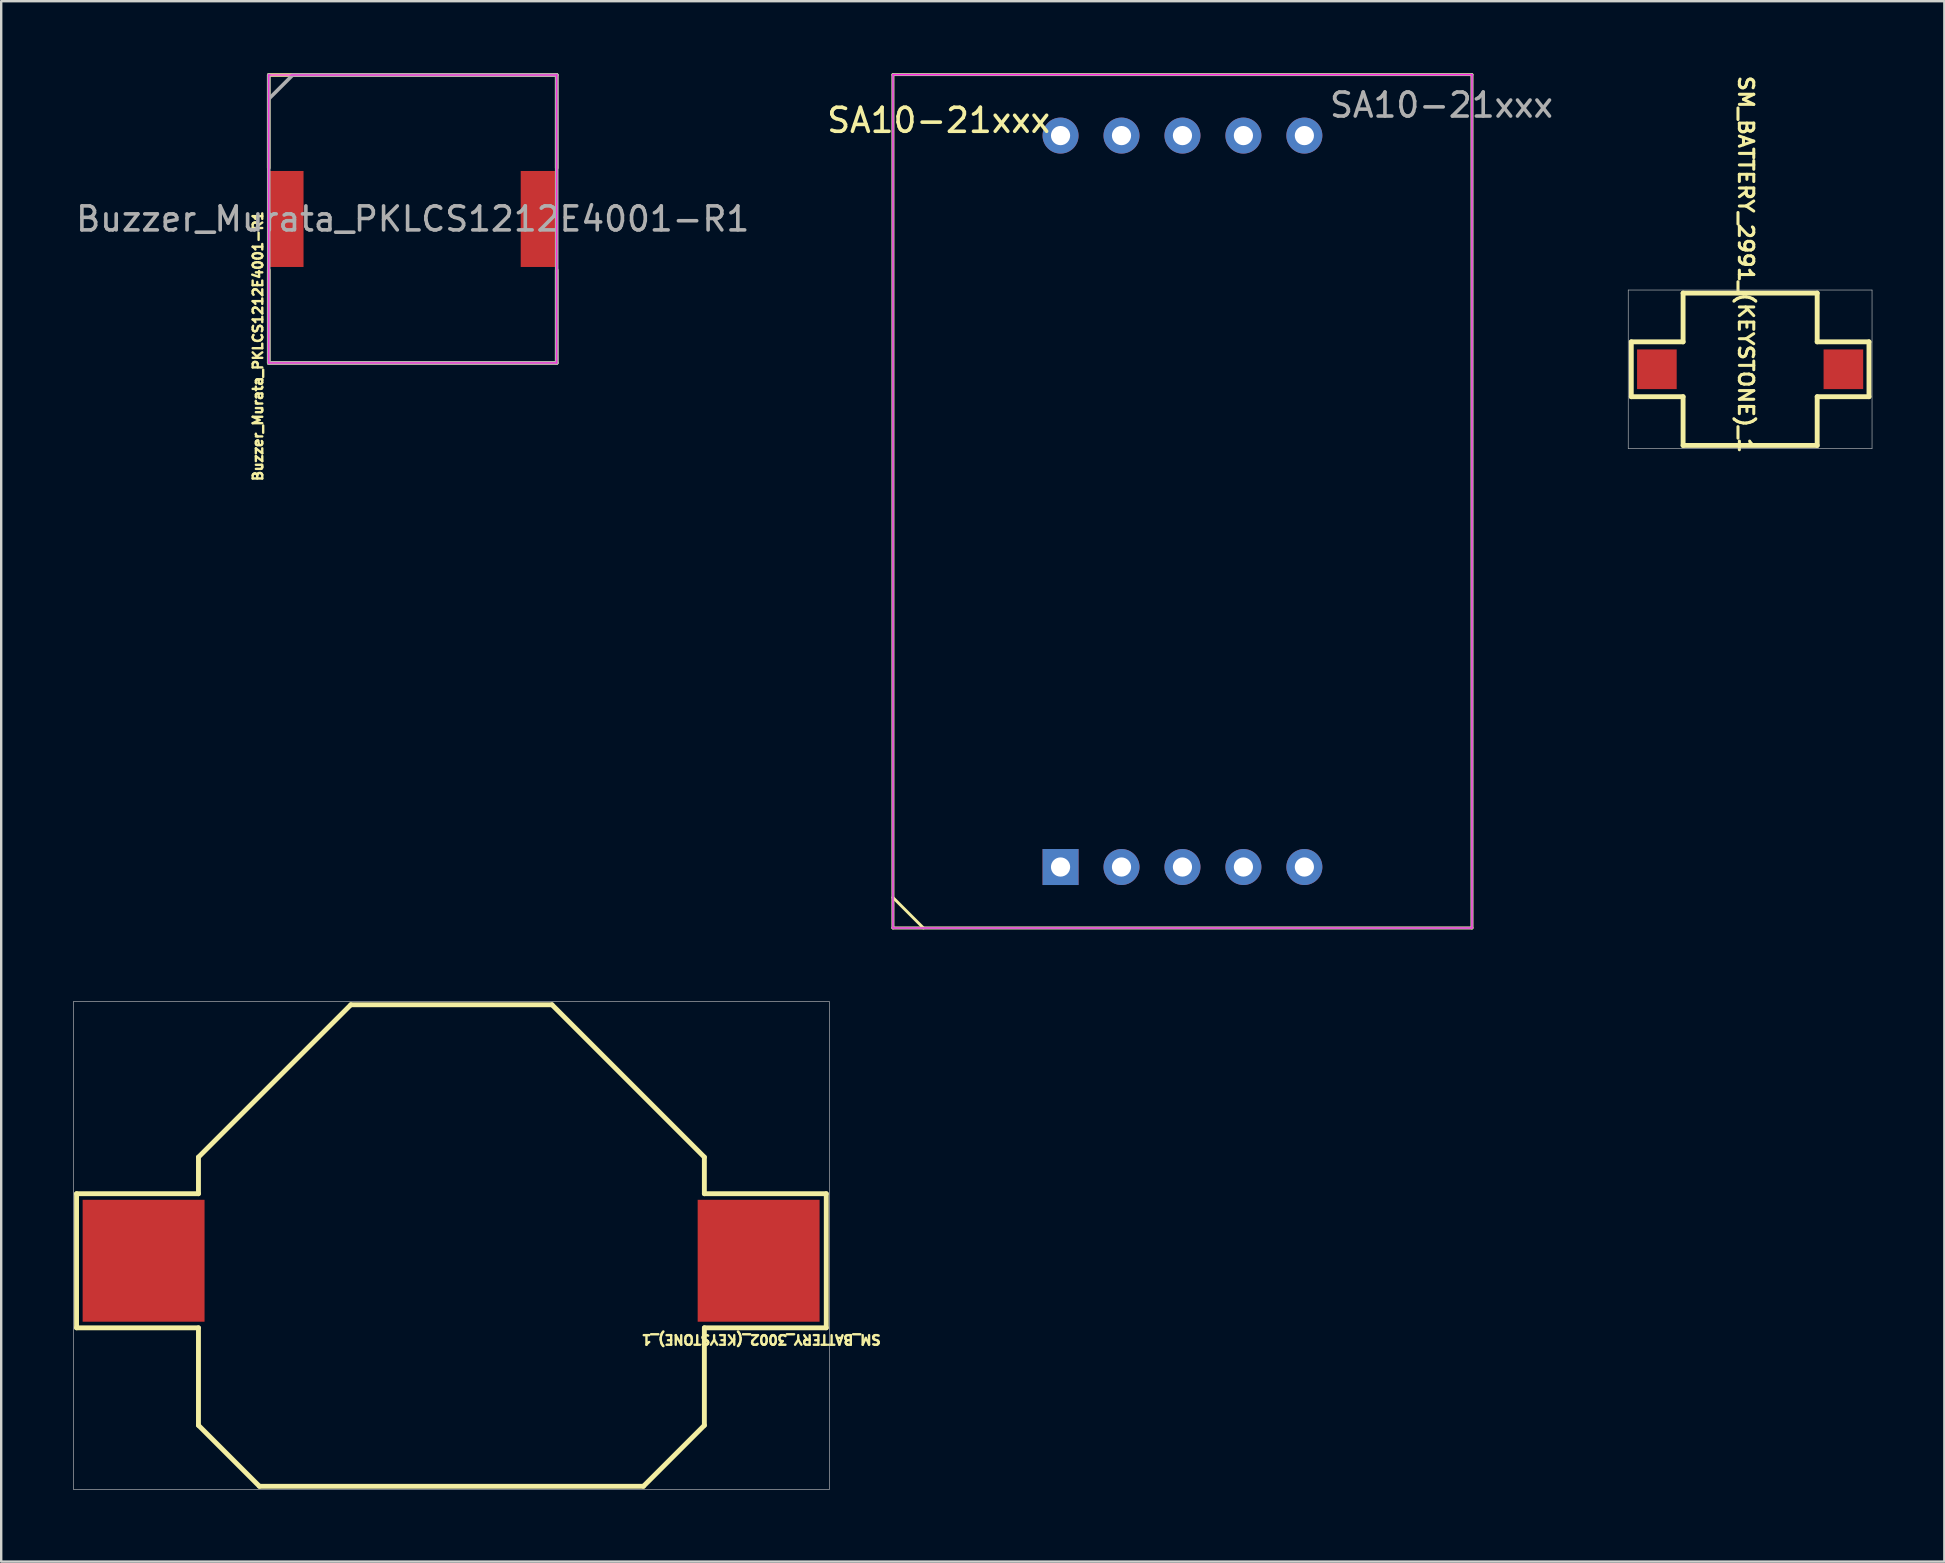
<source format=kicad_pcb>
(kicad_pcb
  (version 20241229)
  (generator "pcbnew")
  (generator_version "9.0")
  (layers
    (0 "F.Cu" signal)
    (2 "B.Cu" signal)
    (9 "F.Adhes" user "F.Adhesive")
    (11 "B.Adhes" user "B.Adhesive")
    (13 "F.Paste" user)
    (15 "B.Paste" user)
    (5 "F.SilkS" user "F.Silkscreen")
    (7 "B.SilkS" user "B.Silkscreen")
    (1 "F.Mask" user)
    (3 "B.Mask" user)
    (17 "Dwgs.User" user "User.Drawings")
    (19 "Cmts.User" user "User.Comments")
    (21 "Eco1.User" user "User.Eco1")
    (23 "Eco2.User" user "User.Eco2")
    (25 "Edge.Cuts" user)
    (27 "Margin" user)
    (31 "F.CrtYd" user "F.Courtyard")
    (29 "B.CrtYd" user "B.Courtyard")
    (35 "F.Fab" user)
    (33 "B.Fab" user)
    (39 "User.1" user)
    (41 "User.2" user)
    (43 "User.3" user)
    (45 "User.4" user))
  (footprint "Buzzer_Murata_PKLCS1212E4001-R1"
    (layer "F.Cu")
    (at 14.149 6.075)
    (property "Reference" "Buzzer_Murata_PKLCS1212E4001-R1" (at -6.45 5.3 90) (unlocked yes) (layer "F.SilkS") (effects (font (size 0.4 0.4) (thickness 0.1))))
    (attr smd)
    (fp_line (start -6 -6) (end 6 -6) (stroke (width 0.15) (type solid)) (layer "F.SilkS"))
    (fp_line (start -6 -2.125) (end -6 -6) (stroke (width 0.15) (type solid)) (layer "F.SilkS"))
    (fp_line (start -6 6) (end -6 2.125) (stroke (width 0.15) (type solid)) (layer "F.SilkS"))
    (fp_line (start 6 -6) (end 6 -2.125) (stroke (width 0.15) (type solid)) (layer "F.SilkS"))
    (fp_line (start 6 2.125) (end 6 6) (stroke (width 0.15) (type solid)) (layer "F.SilkS"))
    (fp_line (start 6 6) (end -6 6) (stroke (width 0.15) (type solid)) (layer "F.SilkS"))
    (fp_line (start -6 -6) (end 6 -6) (stroke (width 0.05) (type solid)) (layer "F.CrtYd"))
    (fp_line (start -6 6) (end -6 -6) (stroke (width 0.05) (type solid)) (layer "F.CrtYd"))
    (fp_line (start 6 6) (end -6 6) (stroke (width 0.05) (type solid)) (layer "F.CrtYd"))
    (fp_line (start 6 6) (end 6 -6) (stroke (width 0.05) (type solid)) (layer "F.CrtYd"))
    (fp_line (start -6 -5) (end -5 -6) (stroke (width 0.15) (type solid)) (layer "F.Fab"))
    (fp_line (start -6 6) (end -6 -6) (stroke (width 0.15) (type solid)) (layer "F.Fab"))
    (fp_line (start -5 -6) (end 6 -6) (stroke (width 0.15) (type solid)) (layer "F.Fab"))
    (fp_line (start 6 -6) (end 6 6) (stroke (width 0.15) (type solid)) (layer "F.Fab"))
    (fp_line (start 6 6) (end -6 6) (stroke (width 0.15) (type solid)) (layer "F.Fab"))
    (fp_text user "${REFERENCE}" (at 0 0 0) (unlocked yes) (layer "F.Fab") (effects (font (size 1 1) (thickness 0.15))))
    (pad "1" smd rect (at -5.3 0) (size 1.5 4) (layers "F.Cu" "F.Mask" "F.Paste"))
    (pad "2" smd rect (at 5.25 0) (size 1.5 4) (layers "F.Cu" "F.Mask" "F.Paste")))
  (footprint "SA10-21xxx"
    (layer "F.Cu")
    (at 41.145 33.08)
    (property "Reference" "SA10-21xxx" (at -5.08 -31.115 180) (layer "F.SilkS") (effects (font (size 1 1) (thickness 0.15))))
    (attr through_hole)
    (fp_line (start -6.985 -33.02) (end 17.145 -33.02) (stroke (width 0.12) (type solid)) (layer "F.SilkS"))
    (fp_line (start -6.985 1.27) (end -5.715 2.54) (stroke (width 0.12) (type solid)) (layer "F.SilkS"))
    (fp_line (start -6.985 2.54) (end -6.985 -33.02) (stroke (width 0.12) (type solid)) (layer "F.SilkS"))
    (fp_line (start 17.145 -33.02) (end 17.145 2.54) (stroke (width 0.12) (type solid)) (layer "F.SilkS"))
    (fp_line (start 17.145 2.54) (end -6.985 2.54) (stroke (width 0.12) (type solid)) (layer "F.SilkS"))
    (fp_line (start -6.985 -33.02) (end 17.145 -33.02) (stroke (width 0.05) (type solid)) (layer "F.CrtYd"))
    (fp_line (start -6.985 2.54) (end -6.985 -33.02) (stroke (width 0.05) (type solid)) (layer "F.CrtYd"))
    (fp_line (start 17.145 -33.02) (end 17.145 2.54) (stroke (width 0.05) (type solid)) (layer "F.CrtYd"))
    (fp_line (start 17.145 2.54) (end -6.985 2.54) (stroke (width 0.05) (type solid)) (layer "F.CrtYd"))
    (fp_line (start -6.985 -33.02) (end -6.985 2.54) (stroke (width 0.1) (type solid)) (layer "F.Fab"))
    (fp_line (start 17.145 -33.02) (end -6.985 -33.02) (stroke (width 0.1) (type solid)) (layer "F.Fab"))
    (fp_line (start 17.145 2.54) (end -6.985 2.54) (stroke (width 0.1) (type solid)) (layer "F.Fab"))
    (fp_line (start 17.145 2.54) (end 17.145 -33.02) (stroke (width 0.1) (type solid)) (layer "F.Fab"))
    (fp_text user "${REFERENCE}" (at 15.875 -31.75 180) (layer "F.Fab") (effects (font (size 1 1) (thickness 0.15))))
    (pad "1" thru_hole rect (at 0 0) (size 1.5 1.5) (drill 0.8) (layers "*.Cu" "*.Mask"))
    (pad "2" thru_hole circle (at 2.54 0) (size 1.5 1.5) (drill 0.8) (layers "*.Cu" "*.Mask"))
    (pad "3" thru_hole circle (at 5.08 0) (size 1.5 1.5) (drill 0.8) (layers "*.Cu" "*.Mask"))
    (pad "4" thru_hole circle (at 7.62 0) (size 1.5 1.5) (drill 0.8) (layers "*.Cu" "*.Mask"))
    (pad "5" thru_hole circle (at 10.16 0) (size 1.5 1.5) (drill 0.8) (layers "*.Cu" "*.Mask"))
    (pad "6" thru_hole circle (at 10.16 -30.48) (size 1.5 1.5) (drill 0.8) (layers "*.Cu" "*.Mask"))
    (pad "7" thru_hole circle (at 7.62 -30.48) (size 1.5 1.5) (drill 0.8) (layers "*.Cu" "*.Mask"))
    (pad "8" thru_hole circle (at 5.08 -30.48) (size 1.5 1.5) (drill 0.8) (layers "*.Cu" "*.Mask"))
    (pad "9" thru_hole circle (at 2.54 -30.48) (size 1.5 1.5) (drill 0.8) (layers "*.Cu" "*.Mask"))
    (pad "10" thru_hole circle (at 0 -30.48) (size 1.5 1.5) (drill 0.8) (layers "*.Cu" "*.Mask")))
  (footprint "SM_BATTERY_3002_(KEYSTONE)_1"
    (layer "F.Cu")
    (at 15.761 49.488)
    (property "Reference" "SM_BATTERY_3002_(KEYSTONE)_1" (at 12.91 3.28 180) (unlocked yes) (layer "F.SilkS") (effects (font (size 0.4 0.4) (thickness 0.1))))
    (attr smd)
    (fp_line (start -15.621 -2.794) (end -15.621 2.794) (stroke (width 0.203) (type solid)) (layer "F.SilkS"))
    (fp_line (start -10.541 -4.318) (end -10.541 -2.794) (stroke (width 0.203) (type solid)) (layer "F.SilkS"))
    (fp_line (start -10.541 -2.794) (end -15.621 -2.794) (stroke (width 0.203) (type solid)) (layer "F.SilkS"))
    (fp_line (start -10.541 2.794) (end -15.621 2.794) (stroke (width 0.203) (type solid)) (layer "F.SilkS"))
    (fp_line (start -10.541 2.794) (end -10.541 6.858) (stroke (width 0.203) (type solid)) (layer "F.SilkS"))
    (fp_line (start -8.001 9.398) (end -10.541 6.858) (stroke (width 0.203) (type solid)) (layer "F.SilkS"))
    (fp_line (start -4.191 -10.668) (end -10.541 -4.318) (stroke (width 0.203) (type solid)) (layer "F.SilkS"))
    (fp_line (start 4.191 -10.668) (end -4.191 -10.668) (stroke (width 0.203) (type solid)) (layer "F.SilkS"))
    (fp_line (start 8.001 9.398) (end -8.001 9.398) (stroke (width 0.203) (type solid)) (layer "F.SilkS"))
    (fp_line (start 10.541 -4.318) (end 4.191 -10.668) (stroke (width 0.203) (type solid)) (layer "F.SilkS"))
    (fp_line (start 10.541 -4.318) (end 10.541 -2.794) (stroke (width 0.203) (type solid)) (layer "F.SilkS"))
    (fp_line (start 10.541 2.794) (end 10.541 6.858) (stroke (width 0.203) (type solid)) (layer "F.SilkS"))
    (fp_line (start 10.541 6.858) (end 8.001 9.398) (stroke (width 0.203) (type solid)) (layer "F.SilkS"))
    (fp_line (start 15.621 -2.794) (end 10.541 -2.794) (stroke (width 0.203) (type solid)) (layer "F.SilkS"))
    (fp_line (start 15.621 -2.794) (end 15.621 2.794) (stroke (width 0.203) (type solid)) (layer "F.SilkS"))
    (fp_line (start 15.621 2.794) (end 10.541 2.794) (stroke (width 0.203) (type solid)) (layer "F.SilkS"))
    (fp_line (start -15.748 -10.795) (end -15.748 9.525) (stroke (width 0.025) (type solid)) (layer "Dwgs.User"))
    (fp_line (start 15.748 -10.795) (end -15.748 -10.795) (stroke (width 0.025) (type solid)) (layer "Dwgs.User"))
    (fp_line (start 15.748 -10.795) (end 15.748 9.525) (stroke (width 0.025) (type solid)) (layer "Dwgs.User"))
    (fp_line (start 15.748 9.525) (end -15.748 9.525) (stroke (width 0.025) (type solid)) (layer "Dwgs.User"))
    (pad "1" smd rect (at 12.802 0 90) (size 5.08 5.08) (layers "F.Cu" "F.Mask" "F.Paste"))
    (pad "2" smd rect (at -12.827 0 90) (size 5.08 5.08) (layers "F.Cu" "F.Mask" "F.Paste")))
  (footprint "SM_BATTERY_2991_(KEYSTONE)_1"
    (layer "F.Cu")
    (at 69.881 12.338)
    (property "Reference" "SM_BATTERY_2991_(KEYSTONE)_1" (at -0.178 -4.369 270) (unlocked yes) (layer "F.SilkS") (effects (font (size 0.6 0.631) (thickness 0.127))))
    (attr smd)
    (fp_line (start -4.953 -1.143) (end -4.953 1.143) (stroke (width 0.203) (type solid)) (layer "F.SilkS"))
    (fp_line (start -2.794 -3.175) (end -2.794 -1.143) (stroke (width 0.203) (type solid)) (layer "F.SilkS"))
    (fp_line (start -2.794 -1.143) (end -4.953 -1.143) (stroke (width 0.203) (type solid)) (layer "F.SilkS"))
    (fp_line (start -2.794 1.143) (end -4.953 1.143) (stroke (width 0.203) (type solid)) (layer "F.SilkS"))
    (fp_line (start -2.794 1.143) (end -2.794 3.175) (stroke (width 0.203) (type solid)) (layer "F.SilkS"))
    (fp_line (start 2.794 -3.175) (end -2.794 -3.175) (stroke (width 0.203) (type solid)) (layer "F.SilkS"))
    (fp_line (start 2.794 -3.175) (end 2.794 -1.143) (stroke (width 0.203) (type solid)) (layer "F.SilkS"))
    (fp_line (start 2.794 1.143) (end 2.794 3.175) (stroke (width 0.203) (type solid)) (layer "F.SilkS"))
    (fp_line (start 2.794 3.175) (end -2.794 3.175) (stroke (width 0.203) (type solid)) (layer "F.SilkS"))
    (fp_line (start 4.953 -1.143) (end 2.794 -1.143) (stroke (width 0.203) (type solid)) (layer "F.SilkS"))
    (fp_line (start 4.953 -1.143) (end 4.953 1.143) (stroke (width 0.203) (type solid)) (layer "F.SilkS"))
    (fp_line (start 4.953 1.143) (end 2.794 1.143) (stroke (width 0.203) (type solid)) (layer "F.SilkS"))
    (fp_line (start -5.08 -3.302) (end -5.08 3.302) (stroke (width 0.025) (type solid)) (layer "Dwgs.User"))
    (fp_line (start 5.08 -3.302) (end -5.08 -3.302) (stroke (width 0.025) (type solid)) (layer "Dwgs.User"))
    (fp_line (start 5.08 -3.302) (end 5.08 3.302) (stroke (width 0.025) (type solid)) (layer "Dwgs.User"))
    (fp_line (start 5.08 3.302) (end -5.08 3.302) (stroke (width 0.025) (type solid)) (layer "Dwgs.User"))
    (pad "1" smd rect (at 3.886 0 90) (size 1.651 1.651) (layers "F.Cu" "F.Mask" "F.Paste"))
    (pad "2" smd rect (at -3.886 0 90) (size 1.651 1.651) (layers "F.Cu" "F.Mask" "F.Paste")))
  (gr_rect
    (start -3 -3)
    (end 77.974 62.025)
    (stroke (width 0.1) (type default))
    (fill no)
    (layer "Edge.Cuts")))
</source>
